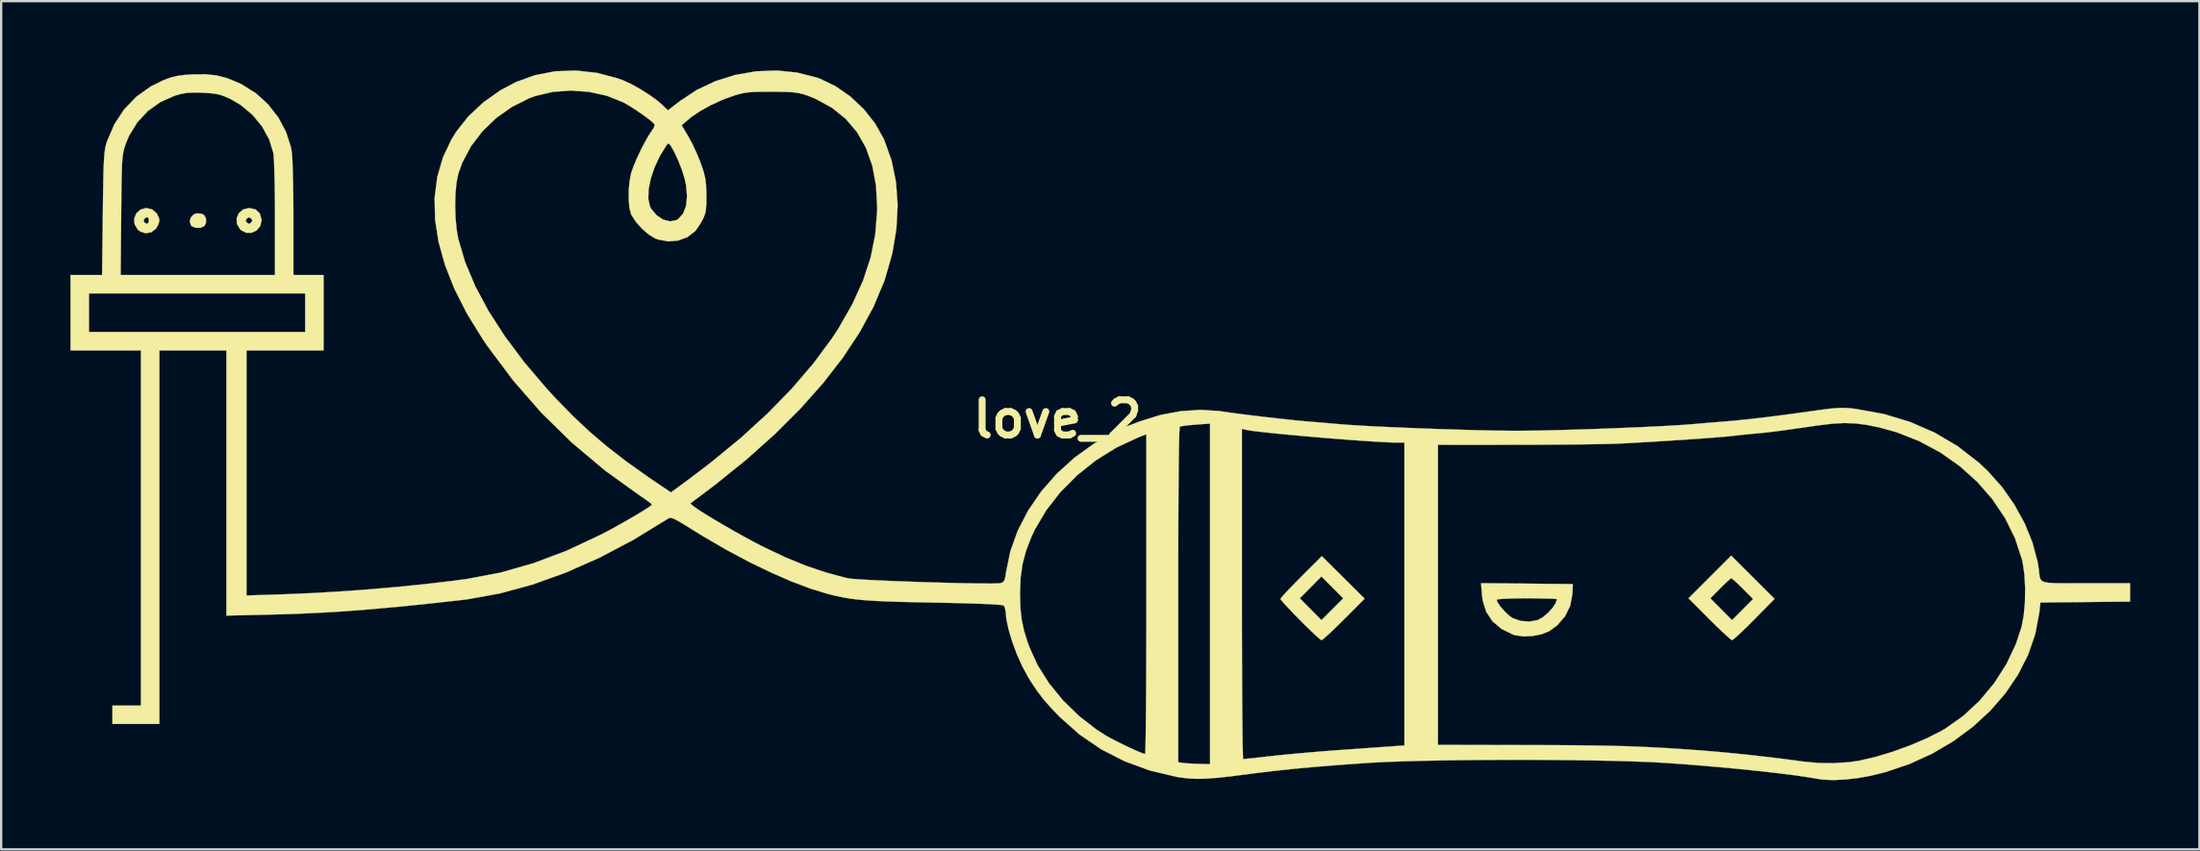
<source format=kicad_pcb>
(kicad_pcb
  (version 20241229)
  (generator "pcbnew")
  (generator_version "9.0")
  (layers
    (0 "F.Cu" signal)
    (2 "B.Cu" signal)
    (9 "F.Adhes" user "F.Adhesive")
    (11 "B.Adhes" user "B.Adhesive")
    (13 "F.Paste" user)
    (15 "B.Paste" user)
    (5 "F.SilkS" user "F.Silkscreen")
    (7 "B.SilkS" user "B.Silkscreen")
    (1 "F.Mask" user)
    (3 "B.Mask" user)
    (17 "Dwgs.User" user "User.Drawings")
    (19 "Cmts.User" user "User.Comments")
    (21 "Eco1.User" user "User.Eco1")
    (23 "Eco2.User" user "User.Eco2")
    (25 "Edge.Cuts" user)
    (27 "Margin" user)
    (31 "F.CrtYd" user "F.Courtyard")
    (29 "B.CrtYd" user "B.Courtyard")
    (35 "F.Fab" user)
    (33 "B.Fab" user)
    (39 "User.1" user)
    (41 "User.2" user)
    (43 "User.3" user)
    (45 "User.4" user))
  (footprint "love_2"
    (layer "F.Cu")
    (at 42.75 15.106)
    (property "Reference" "love_2" (at 0 0 0) (layer "F.SilkS") (effects (font (size 1.524 1.524) (thickness 0.3))))
    (attr through_hole)
    (fp_poly (pts (xy -37.091 -8.902) (xy -36.971 -8.85) (xy -36.881 -8.694) (xy -36.88 -8.5) (xy -36.953 -8.36) (xy -37.116 -8.285) (xy -37.322 -8.286) (xy -37.495 -8.359) (xy -37.523 -8.386) (xy -37.584 -8.556) (xy -37.536 -8.735) (xy -37.404 -8.871) (xy -37.278 -8.913) (xy -37.091 -8.902)) (stroke (width 0.01) (type solid)) (fill yes) (layer "F.SilkS"))
    (fp_poly (pts (xy -34.735 -9.082) (xy -34.551 -8.91) (xy -34.473 -8.653) (xy -34.471 -8.612) (xy -34.531 -8.359) (xy -34.686 -8.174) (xy -34.9 -8.073) (xy -35.136 -8.07) (xy -35.358 -8.181) (xy -35.402 -8.223) (xy -35.539 -8.456) (xy -35.547 -8.601) (xy -35.16 -8.601) (xy -35.116 -8.517) (xy -35.017 -8.456) (xy -34.933 -8.5) (xy -34.872 -8.598) (xy -34.916 -8.683) (xy -35.014 -8.744) (xy -35.099 -8.7) (xy -35.16 -8.601) (xy -35.547 -8.601) (xy -35.553 -8.7) (xy -35.46 -8.919) (xy -35.275 -9.079) (xy -35.015 -9.144) (xy -35.002 -9.144) (xy -34.735 -9.082)) (stroke (width 0.01) (type solid)) (fill yes) (layer "F.SilkS"))
    (fp_poly (pts (xy -39.205 -9.079) (xy -39.011 -8.912) (xy -38.906 -8.682) (xy -38.898 -8.6) (xy -38.942 -8.43) (xy -39.048 -8.247) (xy -39.049 -8.247) (xy -39.252 -8.092) (xy -39.498 -8.052) (xy -39.736 -8.13) (xy -39.839 -8.214) (xy -39.972 -8.446) (xy -39.982 -8.608) (xy -39.586 -8.608) (xy -39.541 -8.514) (xy -39.439 -8.46) (xy -39.362 -8.513) (xy -39.35 -8.638) (xy -39.361 -8.676) (xy -39.419 -8.756) (xy -39.513 -8.71) (xy -39.517 -8.707) (xy -39.586 -8.608) (xy -39.982 -8.608) (xy -39.987 -8.69) (xy -39.897 -8.912) (xy -39.719 -9.075) (xy -39.467 -9.144) (xy -39.448 -9.144) (xy -39.205 -9.079)) (stroke (width 0.01) (type solid)) (fill yes) (layer "F.SilkS"))
    (fp_poly (pts (xy 12.371 6.86) (xy 13.299 7.781) (xy 12.402 8.68) (xy 12.106 8.973) (xy 11.843 9.225) (xy 11.63 9.421) (xy 11.486 9.544) (xy 11.431 9.579) (xy 11.358 9.53) (xy 11.202 9.394) (xy 10.982 9.188) (xy 10.716 8.929) (xy 10.505 8.718) (xy 10.221 8.429) (xy 9.978 8.172) (xy 9.791 7.968) (xy 9.678 7.835) (xy 9.652 7.792) (xy 9.671 7.765) (xy 10.491 7.765) (xy 10.959 8.238) (xy 11.427 8.71) (xy 11.9 8.238) (xy 12.372 7.765) (xy 11.9 7.293) (xy 11.427 6.82) (xy 10.959 7.293) (xy 10.491 7.765) (xy 9.671 7.765) (xy 9.701 7.722) (xy 9.837 7.568) (xy 10.043 7.348) (xy 10.303 7.08) (xy 10.548 6.833) (xy 11.444 5.939) (xy 12.371 6.86)) (stroke (width 0.01) (type solid)) (fill yes) (layer "F.SilkS"))
    (fp_poly (pts (xy 30.112 6.853) (xy 31.051 7.79) (xy 30.169 8.684) (xy 29.877 8.977) (xy 29.616 9.229) (xy 29.406 9.425) (xy 29.264 9.547) (xy 29.211 9.579) (xy 29.138 9.53) (xy 28.981 9.394) (xy 28.758 9.187) (xy 28.487 8.927) (xy 28.23 8.672) (xy 27.325 7.765) (xy 28.271 7.765) (xy 28.738 8.237) (xy 28.943 8.443) (xy 29.103 8.604) (xy 29.196 8.696) (xy 29.21 8.709) (xy 29.259 8.661) (xy 29.387 8.533) (xy 29.571 8.349) (xy 29.667 8.251) (xy 30.12 7.794) (xy 29.673 7.344) (xy 29.467 7.142) (xy 29.3 6.987) (xy 29.197 6.903) (xy 29.179 6.894) (xy 29.111 6.942) (xy 28.967 7.071) (xy 28.776 7.255) (xy 28.702 7.33) (xy 28.271 7.765) (xy 27.325 7.765) (xy 27.325 7.764) (xy 29.173 5.916) (xy 30.112 6.853)) (stroke (width 0.01) (type solid)) (fill yes) (layer "F.SilkS"))
    (fp_poly (pts (xy 20.328 7.129) (xy 22.316 7.148) (xy 22.296 7.571) (xy 22.203 8.079) (xy 21.98 8.541) (xy 21.64 8.935) (xy 21.297 9.185) (xy 20.97 9.319) (xy 20.574 9.398) (xy 20.167 9.415) (xy 19.81 9.364) (xy 19.731 9.339) (xy 19.22 9.087) (xy 18.832 8.758) (xy 18.563 8.349) (xy 18.411 7.856) (xy 18.407 7.827) (xy 19.014 7.827) (xy 19.065 7.958) (xy 19.195 8.143) (xy 19.372 8.342) (xy 19.561 8.519) (xy 19.72 8.63) (xy 20.068 8.747) (xy 20.454 8.773) (xy 20.805 8.704) (xy 21.017 8.584) (xy 21.239 8.396) (xy 21.437 8.178) (xy 21.577 7.965) (xy 21.626 7.805) (xy 21.558 7.792) (xy 21.367 7.781) (xy 21.076 7.773) (xy 20.709 7.767) (xy 20.32 7.765) (xy 19.903 7.768) (xy 19.541 7.777) (xy 19.256 7.791) (xy 19.073 7.808) (xy 19.014 7.827) (xy 18.407 7.827) (xy 18.379 7.601) (xy 18.341 7.11) (xy 20.328 7.129)) (stroke (width 0.01) (type solid)) (fill yes) (layer "F.SilkS"))
    (fp_poly (pts (xy -11.279 -15.012) (xy -10.433 -14.797) (xy -10.305 -14.752) (xy -9.621 -14.426) (xy -8.977 -13.978) (xy -8.396 -13.432) (xy -7.904 -12.81) (xy -7.524 -12.136) (xy -7.516 -12.116) (xy -7.194 -11.224) (xy -6.997 -10.272) (xy -6.926 -9.27) (xy -6.98 -8.233) (xy -7.16 -7.17) (xy -7.465 -6.096) (xy -7.522 -5.933) (xy -7.977 -4.855) (xy -8.571 -3.762) (xy -9.3 -2.659) (xy -10.161 -1.549) (xy -11.148 -0.44) (xy -12.257 0.666) (xy -13.485 1.762) (xy -14.827 2.844) (xy -15.193 3.122) (xy -15.909 3.658) (xy -15.746 3.79) (xy -15.567 3.918) (xy -15.284 4.1) (xy -14.922 4.321) (xy -14.507 4.566) (xy -14.063 4.821) (xy -13.615 5.072) (xy -13.187 5.305) (xy -12.806 5.504) (xy -12.73 5.542) (xy -11.782 5.991) (xy -10.903 6.352) (xy -10.054 6.64) (xy -9.199 6.869) (xy -9.071 6.898) (xy -8.918 6.919) (xy -8.642 6.941) (xy -8.262 6.964) (xy -7.796 6.987) (xy -7.265 7.011) (xy -6.686 7.034) (xy -6.079 7.055) (xy -5.463 7.075) (xy -4.856 7.092) (xy -4.278 7.107) (xy -3.748 7.117) (xy -3.283 7.123) (xy -2.904 7.125) (xy -2.63 7.12) (xy -2.478 7.11) (xy -2.467 7.108) (xy -2.362 7.066) (xy -2.297 6.977) (xy -2.255 6.803) (xy -2.233 6.646) (xy -2.046 5.729) (xy -1.724 4.831) (xy -1.276 3.964) (xy -0.712 3.14) (xy -0.041 2.373) (xy 0.728 1.675) (xy 1.584 1.059) (xy 2.253 0.672) (xy 2.534 0.528) (xy 2.793 0.403) (xy 2.983 0.319) (xy 3.012 0.308) (xy 3.207 0.236) (xy 3.464 0.139) (xy 3.612 0.084) (xy 4.456 -0.178) (xy 5.323 -0.341) (xy 6.177 -0.4) (xy 6.982 -0.35) (xy 7.08 -0.336) (xy 7.459 -0.281) (xy 7.946 -0.216) (xy 8.502 -0.147) (xy 9.092 -0.077) (xy 9.677 -0.012) (xy 10.22 0.046) (xy 10.685 0.091) (xy 10.886 0.108) (xy 11.2 0.133) (xy 11.596 0.167) (xy 12.012 0.203) (xy 12.228 0.222) (xy 12.626 0.253) (xy 13.146 0.285) (xy 13.765 0.318) (xy 14.46 0.351) (xy 15.207 0.383) (xy 15.985 0.413) (xy 16.77 0.44) (xy 17.539 0.464) (xy 18.268 0.484) (xy 18.936 0.498) (xy 19.518 0.506) (xy 19.848 0.508) (xy 20.36 0.504) (xy 20.972 0.494) (xy 21.663 0.478) (xy 22.408 0.457) (xy 23.186 0.432) (xy 23.972 0.403) (xy 24.743 0.372) (xy 25.477 0.34) (xy 26.15 0.307) (xy 26.739 0.274) (xy 27.222 0.242) (xy 27.468 0.223) (xy 27.873 0.188) (xy 28.3 0.152) (xy 28.683 0.122) (xy 28.847 0.109) (xy 29.4 0.061) (xy 30.07 -0.01) (xy 30.835 -0.1) (xy 31.67 -0.208) (xy 32.55 -0.33) (xy 32.612 -0.338) (xy 33.094 -0.406) (xy 33.464 -0.452) (xy 33.754 -0.478) (xy 33.995 -0.486) (xy 34.22 -0.478) (xy 34.459 -0.454) (xy 34.572 -0.44) (xy 35.782 -0.22) (xy 36.924 0.124) (xy 37.991 0.59) (xy 38.98 1.175) (xy 39.887 1.878) (xy 40.282 2.248) (xy 40.897 2.937) (xy 41.434 3.702) (xy 41.88 4.515) (xy 42.22 5.349) (xy 42.441 6.177) (xy 42.492 6.495) (xy 42.512 6.68) (xy 42.531 6.823) (xy 42.564 6.931) (xy 42.628 7.009) (xy 42.739 7.061) (xy 42.915 7.092) (xy 43.172 7.108) (xy 43.525 7.113) (xy 43.992 7.113) (xy 44.527 7.112) (xy 46.446 7.112) (xy 46.446 7.908) (xy 44.504 7.927) (xy 42.563 7.947) (xy 42.514 8.397) (xy 42.341 9.316) (xy 42.033 10.208) (xy 41.6 11.064) (xy 41.051 11.876) (xy 40.395 12.633) (xy 39.641 13.328) (xy 38.8 13.951) (xy 37.88 14.493) (xy 36.89 14.946) (xy 35.84 15.299) (xy 35.199 15.457) (xy 34.651 15.554) (xy 34.102 15.616) (xy 33.591 15.639) (xy 33.159 15.622) (xy 32.984 15.597) (xy 32.515 15.518) (xy 31.921 15.432) (xy 31.223 15.344) (xy 30.441 15.256) (xy 29.596 15.168) (xy 28.706 15.084) (xy 27.794 15.005) (xy 26.879 14.934) (xy 26.38 14.899) (xy 25.742 14.863) (xy 24.98 14.833) (xy 24.114 14.808) (xy 23.164 14.789) (xy 22.15 14.775) (xy 21.093 14.766) (xy 20.013 14.762) (xy 18.931 14.765) (xy 17.867 14.772) (xy 16.84 14.785) (xy 15.873 14.803) (xy 14.985 14.827) (xy 14.195 14.856) (xy 13.526 14.89) (xy 13.389 14.899) (xy 12.244 14.98) (xy 11.216 15.062) (xy 10.277 15.148) (xy 9.398 15.241) (xy 8.551 15.343) (xy 8.128 15.398) (xy 7.459 15.484) (xy 6.907 15.543) (xy 6.447 15.577) (xy 6.053 15.586) (xy 5.7 15.572) (xy 5.362 15.534) (xy 5.134 15.497) (xy 3.983 15.222) (xy 2.897 14.822) (xy 1.883 14.302) (xy 0.951 13.666) (xy 0.108 12.918) (xy 0.094 12.904) (xy -0.296 12.498) (xy -0.607 12.142) (xy -0.875 11.793) (xy -1.131 11.41) (xy -1.294 11.145) (xy -1.539 10.688) (xy -1.767 10.177) (xy -1.963 9.646) (xy -2.117 9.133) (xy -2.217 8.673) (xy -2.248 8.336) (xy -2.282 8.166) (xy -2.34 8.074) (xy -2.435 8.055) (xy -2.662 8.035) (xy -3.01 8.016) (xy -3.468 7.997) (xy -4.022 7.98) (xy -4.662 7.964) (xy -5.261 7.952) (xy -6.095 7.936) (xy -6.8 7.919) (xy -7.394 7.9) (xy -7.894 7.877) (xy -8.318 7.85) (xy -8.683 7.816) (xy -9.005 7.774) (xy -9.303 7.724) (xy -9.592 7.662) (xy -9.89 7.59) (xy -9.938 7.577) (xy -10.064 7.539) (xy -1.627 7.539) (xy -1.626 7.62) (xy -1.609 8.193) (xy -1.556 8.684) (xy -1.456 9.152) (xy -1.3 9.658) (xy -1.224 9.87) (xy -0.86 10.669) (xy -0.368 11.447) (xy 0.233 12.185) (xy 0.926 12.861) (xy 1.693 13.456) (xy 2.105 13.719) (xy 2.312 13.834) (xy 2.583 13.974) (xy 2.886 14.123) (xy 3.189 14.266) (xy 3.462 14.389) (xy 3.672 14.476) (xy 3.787 14.513) (xy 3.792 14.513) (xy 3.8 14.442) (xy 3.807 14.236) (xy 3.814 13.905) (xy 3.821 13.459) (xy 3.827 12.907) (xy 3.832 12.259) (xy 3.837 11.527) (xy 3.84 10.718) (xy 3.843 9.844) (xy 3.845 8.914) (xy 3.846 7.939) (xy 3.846 7.619) (xy 5.225 7.619) (xy 5.225 14.868) (xy 5.425 14.898) (xy 5.602 14.915) (xy 5.863 14.93) (xy 6.114 14.939) (xy 6.604 14.95) (xy 6.604 7.576) (xy 7.983 7.576) (xy 7.983 8.581) (xy 7.985 9.545) (xy 7.987 10.457) (xy 7.991 11.307) (xy 7.995 12.086) (xy 8 12.783) (xy 8.006 13.39) (xy 8.012 13.896) (xy 8.019 14.291) (xy 8.026 14.566) (xy 8.033 14.711) (xy 8.037 14.732) (xy 8.124 14.724) (xy 8.33 14.703) (xy 8.631 14.67) (xy 9.003 14.629) (xy 9.326 14.593) (xy 9.785 14.545) (xy 10.344 14.492) (xy 10.958 14.438) (xy 11.583 14.386) (xy 12.174 14.342) (xy 12.265 14.335) (xy 12.783 14.299) (xy 13.287 14.263) (xy 13.745 14.231) (xy 14.13 14.204) (xy 14.412 14.184) (xy 14.496 14.178) (xy 15.022 14.139) (xy 15.022 1.117) (xy 16.474 1.117) (xy 16.474 7.616) (xy 16.474 14.115) (xy 20.483 14.124) (xy 21.51 14.127) (xy 22.413 14.133) (xy 23.216 14.142) (xy 23.94 14.155) (xy 24.609 14.173) (xy 25.243 14.196) (xy 25.865 14.225) (xy 26.498 14.261) (xy 27.163 14.305) (xy 27.883 14.357) (xy 28.049 14.37) (xy 28.633 14.419) (xy 29.306 14.483) (xy 30.026 14.558) (xy 30.749 14.64) (xy 31.434 14.723) (xy 32.038 14.802) (xy 32.294 14.839) (xy 32.915 14.898) (xy 33.59 14.907) (xy 34.25 14.867) (xy 34.704 14.803) (xy 35.403 14.642) (xy 36.154 14.416) (xy 36.912 14.141) (xy 37.631 13.835) (xy 38.265 13.515) (xy 38.439 13.414) (xy 39.216 12.866) (xy 39.928 12.204) (xy 40.556 11.449) (xy 41.087 10.624) (xy 41.502 9.75) (xy 41.748 9.003) (xy 41.841 8.511) (xy 41.893 7.934) (xy 41.903 7.324) (xy 41.871 6.733) (xy 41.797 6.215) (xy 41.77 6.096) (xy 41.467 5.171) (xy 41.035 4.293) (xy 40.484 3.471) (xy 39.825 2.716) (xy 39.07 2.038) (xy 38.23 1.447) (xy 37.316 0.955) (xy 36.339 0.57) (xy 35.605 0.367) (xy 35.052 0.253) (xy 34.558 0.189) (xy 34.074 0.171) (xy 33.554 0.2) (xy 32.948 0.272) (xy 32.87 0.284) (xy 32.252 0.373) (xy 31.755 0.444) (xy 31.356 0.499) (xy 31.031 0.541) (xy 30.758 0.574) (xy 30.514 0.599) (xy 30.299 0.619) (xy 29.948 0.652) (xy 29.549 0.694) (xy 29.246 0.728) (xy 28.989 0.754) (xy 28.61 0.787) (xy 28.132 0.824) (xy 27.578 0.864) (xy 26.971 0.905) (xy 26.334 0.946) (xy 25.689 0.986) (xy 25.061 1.022) (xy 24.471 1.054) (xy 24.348 1.06) (xy 24.061 1.071) (xy 23.65 1.081) (xy 23.134 1.09) (xy 22.534 1.098) (xy 21.87 1.104) (xy 21.163 1.109) (xy 20.432 1.113) (xy 19.903 1.114) (xy 16.474 1.117) (xy 15.022 1.117) (xy 15.022 1.016) (xy 14.641 1.016) (xy 14.369 1.009) (xy 13.988 0.991) (xy 13.516 0.962) (xy 12.975 0.925) (xy 12.385 0.88) (xy 11.764 0.831) (xy 11.135 0.779) (xy 10.515 0.724) (xy 9.926 0.67) (xy 9.388 0.617) (xy 8.92 0.568) (xy 8.542 0.524) (xy 8.276 0.487) (xy 8.164 0.465) (xy 7.983 0.42) (xy 7.983 7.576) (xy 6.604 7.576) (xy 6.604 0.196) (xy 5.986 0.24) (xy 5.696 0.265) (xy 5.46 0.293) (xy 5.317 0.319) (xy 5.296 0.327) (xy 5.284 0.408) (xy 5.272 0.63) (xy 5.262 0.993) (xy 5.253 1.491) (xy 5.245 2.124) (xy 5.238 2.888) (xy 5.233 3.779) (xy 5.229 4.797) (xy 5.226 5.936) (xy 5.225 7.196) (xy 5.225 7.619) (xy 3.846 7.619) (xy 3.846 7.585) (xy 3.846 0.655) (xy 3.482 0.799) (xy 2.543 1.238) (xy 1.66 1.787) (xy 0.851 2.432) (xy 0.129 3.157) (xy -0.488 3.947) (xy -0.984 4.788) (xy -1.138 5.116) (xy -1.366 5.71) (xy -1.517 6.276) (xy -1.6 6.868) (xy -1.627 7.539) (xy -10.064 7.539) (xy -10.692 7.347) (xy -11.533 7.03) (xy -12.439 6.635) (xy -13.389 6.173) (xy -14.362 5.653) (xy -15.336 5.086) (xy -15.675 4.877) (xy -16.058 4.638) (xy -16.339 4.468) (xy -16.537 4.358) (xy -16.672 4.298) (xy -16.766 4.281) (xy -16.837 4.296) (xy -16.907 4.336) (xy -16.909 4.338) (xy -18.37 5.232) (xy -19.834 6.004) (xy -21.293 6.651) (xy -22.737 7.169) (xy -24.158 7.556) (xy -25.548 7.807) (xy -25.799 7.838) (xy -27.217 7.996) (xy -28.515 8.128) (xy -29.715 8.236) (xy -30.838 8.323) (xy -31.907 8.389) (xy -32.945 8.437) (xy -33.909 8.466) (xy -35.995 8.514) (xy -35.995 -2.975) (xy -38.898 -2.975) (xy -38.898 13.208) (xy -40.93 13.208) (xy -40.93 12.41) (xy -39.697 12.41) (xy -39.697 -2.975) (xy -42.745 -2.975) (xy -42.745 -5.443) (xy -41.946 -5.443) (xy -41.946 -3.774) (xy -32.585 -3.774) (xy -32.585 -5.443) (xy -41.946 -5.443) (xy -42.745 -5.443) (xy -42.745 -6.241) (xy -41.378 -6.241) (xy -40.576 -6.241) (xy -33.891 -6.241) (xy -33.891 -8.699) (xy -33.893 -9.3) (xy -33.899 -9.871) (xy -33.908 -10.39) (xy -33.92 -10.839) (xy -33.934 -11.196) (xy -33.951 -11.44) (xy -33.962 -11.53) (xy -34.145 -12.123) (xy -34.454 -12.683) (xy -34.87 -13.186) (xy -35.373 -13.607) (xy -35.814 -13.864) (xy -36.08 -13.983) (xy -36.309 -14.06) (xy -36.554 -14.105) (xy -36.869 -14.13) (xy -37.031 -14.138) (xy -37.411 -14.147) (xy -37.702 -14.132) (xy -37.959 -14.088) (xy -38.229 -14.011) (xy -38.849 -13.737) (xy -39.398 -13.344) (xy -39.857 -12.851) (xy -40.212 -12.273) (xy -40.351 -11.936) (xy -40.398 -11.799) (xy -40.436 -11.67) (xy -40.466 -11.532) (xy -40.49 -11.369) (xy -40.508 -11.163) (xy -40.521 -10.898) (xy -40.531 -10.557) (xy -40.539 -10.123) (xy -40.545 -9.579) (xy -40.552 -8.909) (xy -40.552 -8.836) (xy -40.576 -6.241) (xy -41.378 -6.241) (xy -41.347 -8.908) (xy -41.338 -9.61) (xy -41.329 -10.183) (xy -41.32 -10.644) (xy -41.308 -11.009) (xy -41.293 -11.293) (xy -41.275 -11.515) (xy -41.252 -11.689) (xy -41.223 -11.832) (xy -41.188 -11.961) (xy -41.168 -12.024) (xy -40.851 -12.766) (xy -40.425 -13.416) (xy -39.894 -13.967) (xy -39.263 -14.415) (xy -38.73 -14.678) (xy -38.426 -14.792) (xy -38.14 -14.865) (xy -37.813 -14.909) (xy -37.482 -14.931) (xy -36.909 -14.938) (xy -36.42 -14.888) (xy -35.964 -14.77) (xy -35.486 -14.575) (xy -35.326 -14.497) (xy -34.723 -14.12) (xy -34.191 -13.637) (xy -33.749 -13.071) (xy -33.414 -12.445) (xy -33.202 -11.783) (xy -33.169 -11.611) (xy -33.151 -11.425) (xy -33.134 -11.114) (xy -33.12 -10.701) (xy -33.108 -10.206) (xy -33.099 -9.652) (xy -33.094 -9.058) (xy -33.093 -8.69) (xy -33.093 -6.241) (xy -31.786 -6.241) (xy -31.786 -2.975) (xy -35.125 -2.975) (xy -35.125 7.643) (xy -33.582 7.594) (xy -32.384 7.545) (xy -31.123 7.472) (xy -29.837 7.379) (xy -28.561 7.269) (xy -27.335 7.144) (xy -26.193 7.009) (xy -25.545 6.921) (xy -24.124 6.651) (xy -22.697 6.244) (xy -21.257 5.701) (xy -19.798 5.017) (xy -19.739 4.987) (xy -19.378 4.796) (xy -19 4.589) (xy -18.626 4.377) (xy -18.278 4.174) (xy -17.976 3.992) (xy -17.743 3.844) (xy -17.6 3.743) (xy -17.565 3.704) (xy -17.622 3.648) (xy -17.772 3.535) (xy -17.985 3.386) (xy -18.054 3.34) (xy -19.598 2.228) (xy -21.031 1.024) (xy -22.356 -0.275) (xy -23.578 -1.675) (xy -24.702 -3.18) (xy -24.902 -3.474) (xy -25.574 -4.562) (xy -26.115 -5.627) (xy -26.527 -6.667) (xy -26.808 -7.677) (xy -26.959 -8.652) (xy -26.971 -9.257) (xy -26.089 -9.257) (xy -26.072 -8.715) (xy -26.023 -8.204) (xy -25.953 -7.803) (xy -25.653 -6.793) (xy -25.215 -5.75) (xy -24.641 -4.678) (xy -23.933 -3.581) (xy -23.095 -2.462) (xy -22.128 -1.325) (xy -21.751 -0.915) (xy -21.011 -0.155) (xy -20.274 0.539) (xy -19.506 1.194) (xy -18.675 1.837) (xy -17.749 2.496) (xy -17.497 2.668) (xy -16.742 3.178) (xy -16.19 2.772) (xy -15.886 2.545) (xy -15.525 2.272) (xy -15.163 1.995) (xy -14.986 1.857) (xy -13.719 0.818) (xy -12.556 -0.246) (xy -11.505 -1.324) (xy -10.576 -2.408) (xy -9.777 -3.487) (xy -9.475 -3.951) (xy -8.883 -4.987) (xy -8.425 -5.997) (xy -8.097 -6.994) (xy -7.895 -7.994) (xy -7.813 -9.01) (xy -7.811 -9.18) (xy -7.863 -10.13) (xy -8.027 -10.989) (xy -8.3 -11.756) (xy -8.683 -12.429) (xy -9.174 -13.007) (xy -9.772 -13.489) (xy -10.477 -13.873) (xy -10.817 -14.01) (xy -11.022 -14.078) (xy -11.218 -14.125) (xy -11.441 -14.156) (xy -11.722 -14.173) (xy -12.095 -14.181) (xy -12.373 -14.183) (xy -12.822 -14.182) (xy -13.162 -14.173) (xy -13.428 -14.151) (xy -13.656 -14.113) (xy -13.882 -14.055) (xy -14.006 -14.018) (xy -14.508 -13.834) (xy -15.016 -13.601) (xy -15.485 -13.341) (xy -15.869 -13.079) (xy -15.959 -13.005) (xy -16.279 -12.728) (xy -15.976 -12.218) (xy -15.805 -11.899) (xy -15.626 -11.514) (xy -15.471 -11.136) (xy -15.443 -11.061) (xy -15.328 -10.716) (xy -15.259 -10.43) (xy -15.222 -10.14) (xy -15.209 -9.782) (xy -15.208 -9.688) (xy -15.211 -9.333) (xy -15.228 -9.081) (xy -15.266 -8.89) (xy -15.332 -8.719) (xy -15.374 -8.636) (xy -15.508 -8.405) (xy -15.649 -8.201) (xy -15.7 -8.139) (xy -16.029 -7.883) (xy -16.429 -7.734) (xy -16.866 -7.698) (xy -17.306 -7.781) (xy -17.429 -7.828) (xy -17.707 -7.996) (xy -18 -8.25) (xy -18.262 -8.546) (xy -18.45 -8.837) (xy -18.475 -8.892) (xy -18.54 -9.149) (xy -18.571 -9.499) (xy -18.571 -9.544) (xy -17.724 -9.544) (xy -17.653 -9.217) (xy -17.597 -9.108) (xy -17.354 -8.822) (xy -17.076 -8.638) (xy -16.789 -8.567) (xy -16.519 -8.617) (xy -16.427 -8.67) (xy -16.217 -8.903) (xy -16.089 -9.238) (xy -16.046 -9.658) (xy -16.091 -10.142) (xy -16.151 -10.417) (xy -16.268 -10.795) (xy -16.425 -11.199) (xy -16.597 -11.57) (xy -16.738 -11.818) (xy -16.823 -11.933) (xy -16.882 -11.931) (xy -16.943 -11.854) (xy -17.231 -11.384) (xy -17.458 -10.894) (xy -17.62 -10.407) (xy -17.711 -9.949) (xy -17.724 -9.544) (xy -18.571 -9.544) (xy -18.571 -9.894) (xy -18.538 -10.287) (xy -18.474 -10.629) (xy -18.462 -10.673) (xy -18.352 -10.982) (xy -18.193 -11.353) (xy -18.008 -11.741) (xy -17.817 -12.101) (xy -17.645 -12.386) (xy -17.589 -12.465) (xy -17.485 -12.627) (xy -17.446 -12.747) (xy -17.45 -12.768) (xy -17.549 -12.869) (xy -17.741 -13.024) (xy -17.992 -13.207) (xy -18.272 -13.398) (xy -18.547 -13.573) (xy -18.786 -13.71) (xy -18.821 -13.729) (xy -19.528 -14.01) (xy -20.293 -14.178) (xy -21.085 -14.234) (xy -21.869 -14.174) (xy -22.614 -13.998) (xy -22.867 -13.906) (xy -23.625 -13.528) (xy -24.31 -13.045) (xy -24.907 -12.47) (xy -25.402 -11.821) (xy -25.779 -11.111) (xy -25.952 -10.632) (xy -26.029 -10.258) (xy -26.074 -9.785) (xy -26.089 -9.257) (xy -26.971 -9.257) (xy -26.978 -9.589) (xy -26.864 -10.484) (xy -26.619 -11.333) (xy -26.24 -12.131) (xy -26.045 -12.445) (xy -25.515 -13.114) (xy -24.87 -13.719) (xy -24.136 -14.239) (xy -23.451 -14.603) (xy -22.624 -14.901) (xy -21.755 -15.067) (xy -20.86 -15.1) (xy -19.958 -15) (xy -19.065 -14.767) (xy -18.812 -14.675) (xy -18.476 -14.521) (xy -18.09 -14.307) (xy -17.702 -14.062) (xy -17.358 -13.817) (xy -17.127 -13.621) (xy -16.873 -13.374) (xy -16.373 -13.765) (xy -15.631 -14.257) (xy -14.817 -14.641) (xy -13.953 -14.911) (xy -13.061 -15.066) (xy -12.162 -15.101) (xy -11.279 -15.012)) (stroke (width 0.01) (type solid)) (fill yes) (layer "F.SilkS")))
  (gr_rect
    (start -3 -3)
    (end 92.2 33.75)
    (stroke (width 0.1) (type default))
    (fill no)
    (layer "Edge.Cuts")))
</source>
